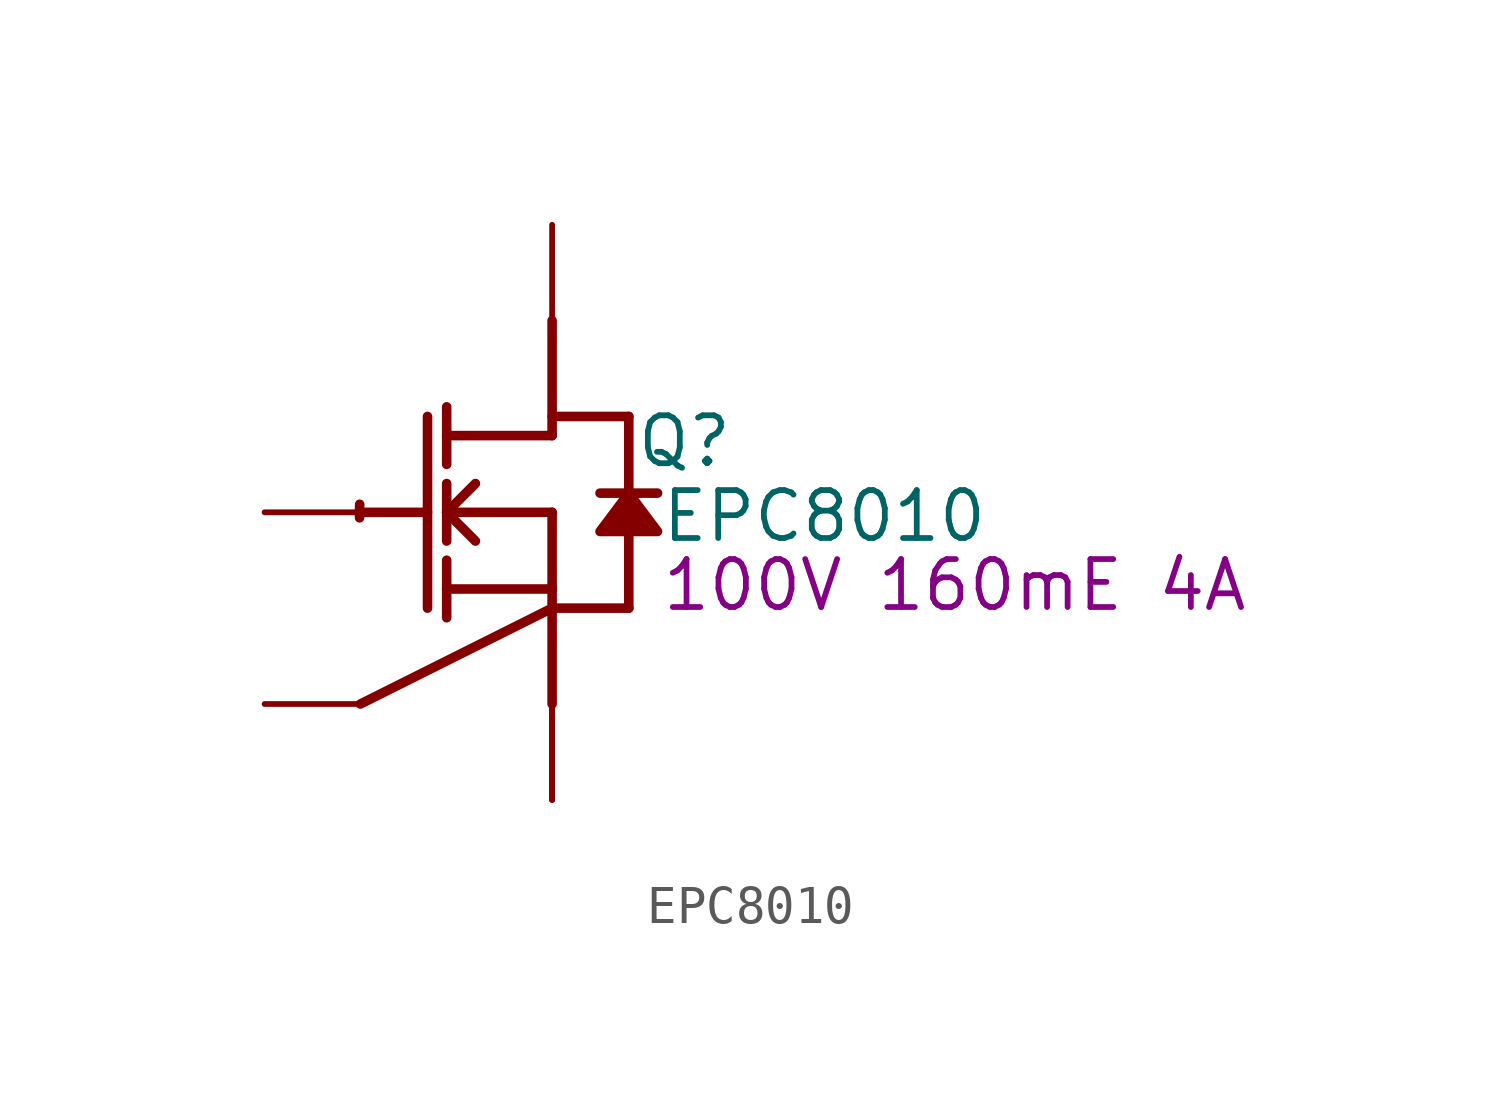
<source format=kicad_sym>
(kicad_symbol_lib
  (version 20241209)
  (generator "kicad_symbol_editor")
  (generator_version "9.0")
  (symbol "EPC8010"
    (property "Reference" "Q"
      (at 3.505 1.88 0)
      (effects (font (size 1.27 1.27))))
    (property "Value" "EPC8010"
      (at 7.214 -0.102 0)
      (effects (font (size 1.27 1.27))))
    (property "Description" "100V 160mE 4A"
      (at 10.668 -1.93 0)
      (effects (font (size 1.27 1.27))))
    (symbol "EPC8010_1_0"
      (polyline (pts (xy -5.08 0) (xy -3.302 0)) (stroke (width 0.254) (type solid)) (fill (type none)))
      (polyline (pts (xy -3.302 2.54) (xy -3.302 -2.54)) (stroke (width 0.254) (type solid)) (fill (type none)))
      (polyline (pts (xy -2.794 1.27) (xy -2.794 2.794)) (stroke (width 0.254) (type solid)) (fill (type none)))
      (polyline (pts (xy -2.794 0) (xy -2.032 0.762)) (stroke (width 0.254) (type solid)) (fill (type none)))
      (polyline (pts (xy -2.794 0) (xy 0 0)) (stroke (width 0.254) (type solid)) (fill (type none)))
      (polyline (pts (xy -2.794 -0.762) (xy -2.794 0.762)) (stroke (width 0.254) (type solid)) (fill (type none)))
      (polyline (pts (xy -2.794 -2.032) (xy 0 -2.032)) (stroke (width 0.254) (type solid)) (fill (type none)))
      (polyline (pts (xy -2.794 -2.794) (xy -2.794 -1.27)) (stroke (width 0.254) (type solid)) (fill (type none)))
      (polyline (pts (xy -2.032 -0.762) (xy -2.794 0)) (stroke (width 0.254) (type solid)) (fill (type none)))
      (polyline (pts (xy 0 2.54) (xy 2.032 2.54)) (stroke (width 0.254) (type solid)) (fill (type none)))
      (polyline (pts (xy 0 2.032) (xy -2.794 2.032)) (stroke (width 0.254) (type solid)) (fill (type none)))
      (polyline (pts (xy 0 2.032) (xy 0 5.08)) (stroke (width 0.254) (type solid)) (fill (type none)))
      (polyline (pts (xy 0 0) (xy 0 -5.08)) (stroke (width 0.254) (type solid)) (fill (type none)))
      (polyline (pts (xy 0 -2.54) (xy -5.08 -5.08)) (stroke (width 0.254) (type solid)) (fill (type none)))
      (polyline (pts (xy 0 -2.54) (xy 2.032 -2.54)) (stroke (width 0.254) (type solid)) (fill (type none)))
      (arc (start -5.1019 -0.1467) (mid -5.1039 0.0331) (end -5.0996 0.2128) (stroke (width 0.254) (type solid)) (fill (type none)))
      (polyline (pts (xy 2.032 2.54) (xy 2.032 0.508)) (stroke (width 0.254) (type solid)) (fill (type none)))
      (polyline (pts (xy 2.032 0.508) (xy 1.27 -0.508) (xy 2.794 -0.508) (xy 2.032 0.508)) (stroke (width 0.254) (type solid)) (fill (type outline)))
      (polyline (pts (xy 2.032 -0.508) (xy 2.032 -2.54)) (stroke (width 0.254) (type solid)) (fill (type none)))
      (polyline (pts (xy 2.794 0.508) (xy 1.27 0.508)) (stroke (width 0.254) (type solid)) (fill (type none)))
      (pin passive line (at -7.62 0 0) (length 2.54) (name "G" (effects (font (size 0 0)))) (number "1" (effects (font (size 0 0)))))
      (pin open_emitter line (at -7.62 -5.08 0) (length 2.54) (name "SG" (effects (font (size 0 0)))) (number "2" (effects (font (size 0 0)))))
      (pin open_collector line (at 0 7.62 270) (length 2.54) (name "D" (effects (font (size 0 0)))) (number "4" (effects (font (size 0 0)))))
      (pin open_emitter line (at 0 -7.62 90) (length 2.54) (name "SP1" (effects (font (size 0 0)))) (number "3" (effects (font (size 0 0)))))
      (pin open_emitter line (at 0 -7.62 90) (length 2.54) (name "SP2" (effects (font (size 0 0)))) (number "5" (effects (font (size 0 0)))))
      (pin open_emitter line (at 0 -7.62 90) (length 2.54) (name "Sub" (effects (font (size 0 0)))) (number "6" (effects (font (size 0 0))))))))
</source>
